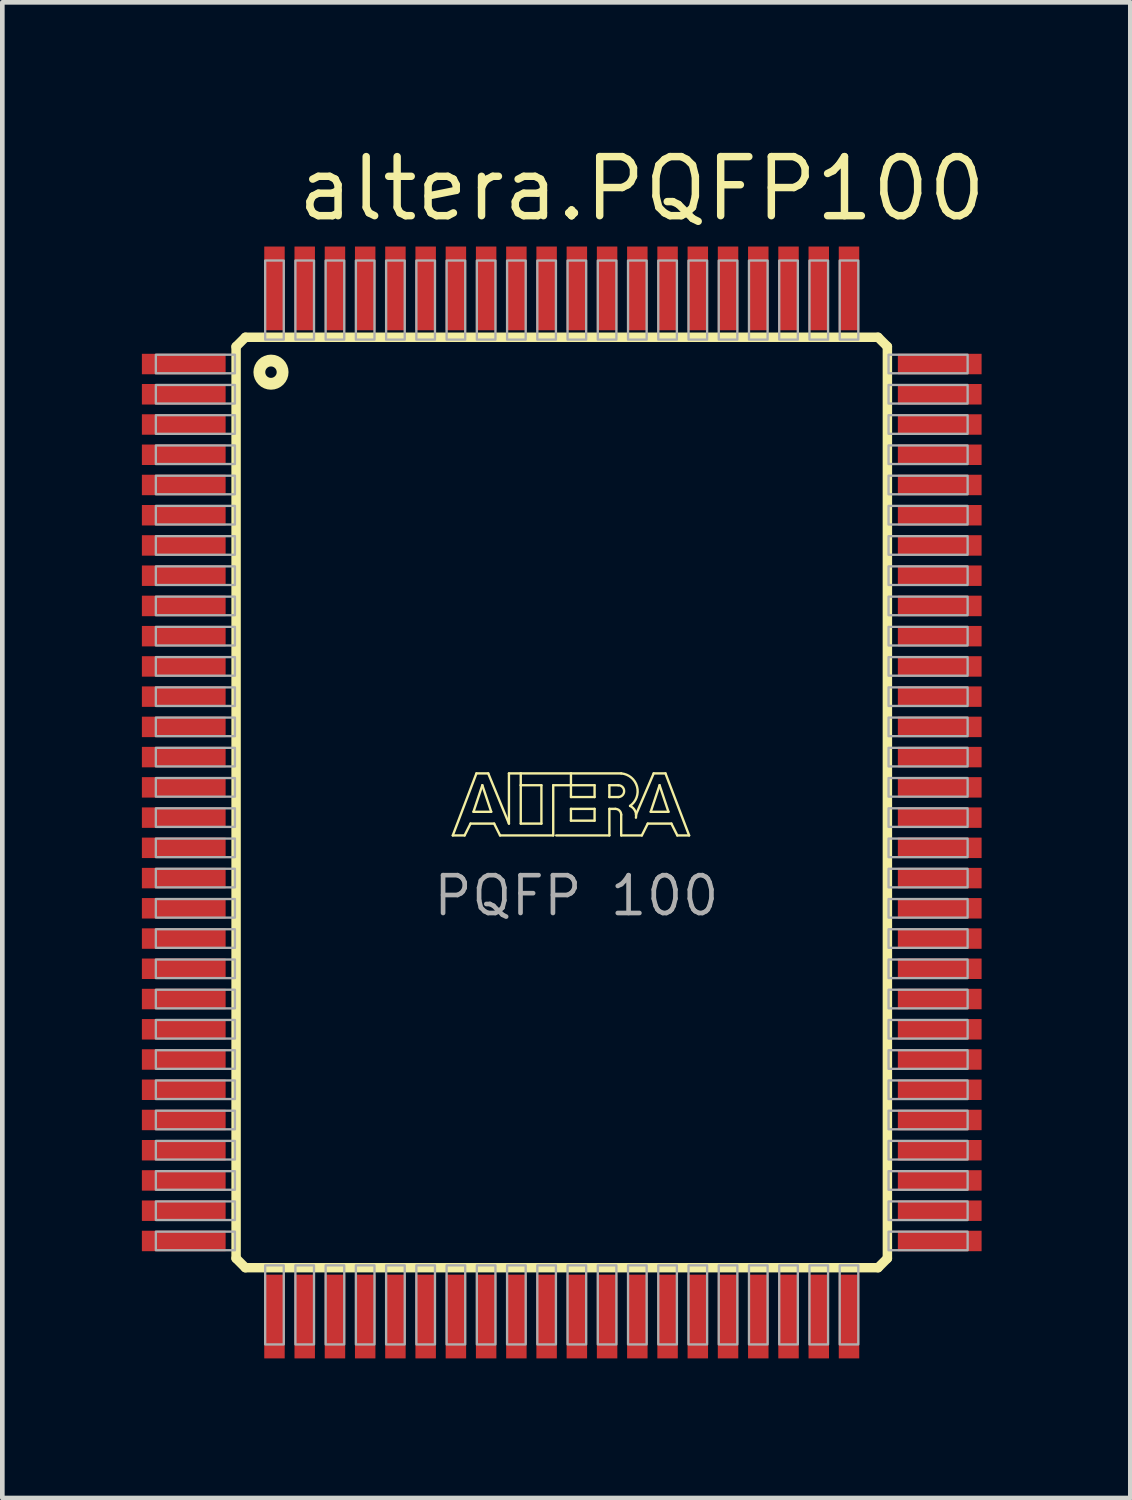
<source format=kicad_pcb>
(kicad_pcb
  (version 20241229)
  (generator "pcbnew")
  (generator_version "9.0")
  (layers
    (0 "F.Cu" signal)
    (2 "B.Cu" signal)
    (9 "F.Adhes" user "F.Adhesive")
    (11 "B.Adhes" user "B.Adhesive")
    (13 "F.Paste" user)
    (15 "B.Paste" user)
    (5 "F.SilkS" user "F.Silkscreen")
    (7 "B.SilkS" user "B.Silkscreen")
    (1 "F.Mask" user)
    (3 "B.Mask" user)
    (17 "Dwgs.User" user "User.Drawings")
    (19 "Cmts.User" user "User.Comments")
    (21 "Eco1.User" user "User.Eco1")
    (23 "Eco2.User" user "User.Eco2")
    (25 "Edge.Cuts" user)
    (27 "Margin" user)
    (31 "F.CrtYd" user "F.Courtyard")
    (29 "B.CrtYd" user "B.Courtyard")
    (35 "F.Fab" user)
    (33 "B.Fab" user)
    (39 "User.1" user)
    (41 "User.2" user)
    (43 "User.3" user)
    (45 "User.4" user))
  (footprint "altera.PQFP100"
    (layer "F.Cu")
    (at 9.025 14.2)
    (property "Reference" "altera.PQFP100" (at -5.76 -12.45 0) (layer "F.SilkS") (effects (font (size 1.27 1.27) (thickness 0.16)) (justify left bottom)))
    (attr smd)
    (fp_line (start -7 -9.8) (end -6.8 -10) (stroke (width 0.203) (type default)) (layer "F.SilkS"))
    (fp_line (start -7 9.8) (end -7 -9.8) (stroke (width 0.203) (type default)) (layer "F.SilkS"))
    (fp_line (start -6.8 -10) (end 6.8 -10) (stroke (width 0.203) (type default)) (layer "F.SilkS"))
    (fp_line (start -6.8 10) (end -7 9.8) (stroke (width 0.203) (type default)) (layer "F.SilkS"))
    (fp_line (start -2.342 0.708) (end -1.834 -0.625) (stroke (width 0.051) (type default)) (layer "F.SilkS"))
    (fp_line (start -2.088 0.708) (end -2.342 0.708) (stroke (width 0.051) (type default)) (layer "F.SilkS"))
    (fp_line (start -1.961 0.454) (end -2.088 0.708) (stroke (width 0.051) (type default)) (layer "F.SilkS"))
    (fp_line (start -1.897 0.2) (end -1.516 0.2) (stroke (width 0.051) (type default)) (layer "F.SilkS"))
    (fp_line (start -1.834 -0.625) (end -1.58 -0.625) (stroke (width 0.051) (type default)) (layer "F.SilkS"))
    (fp_line (start -1.707 -0.371) (end -1.897 0.2) (stroke (width 0.051) (type default)) (layer "F.SilkS"))
    (fp_line (start -1.58 -0.625) (end -1.135 0.454) (stroke (width 0.051) (type default)) (layer "F.SilkS"))
    (fp_line (start -1.516 0.2) (end -1.707 -0.371) (stroke (width 0.051) (type default)) (layer "F.SilkS"))
    (fp_line (start -1.453 0.454) (end -1.961 0.454) (stroke (width 0.051) (type default)) (layer "F.SilkS"))
    (fp_line (start -1.326 0.708) (end -1.453 0.454) (stroke (width 0.051) (type default)) (layer "F.SilkS"))
    (fp_line (start -1.135 -0.625) (end -0.881 -0.625) (stroke (width 0.051) (type default)) (layer "F.SilkS"))
    (fp_line (start -1.135 0.454) (end -1.135 -0.625) (stroke (width 0.051) (type default)) (layer "F.SilkS"))
    (fp_line (start -0.881 -0.625) (end -0.881 -0.371) (stroke (width 0.051) (type default)) (layer "F.SilkS"))
    (fp_line (start -0.881 -0.625) (end 0.198 -0.625) (stroke (width 0.051) (type default)) (layer "F.SilkS"))
    (fp_line (start -0.881 -0.371) (end -0.881 0.454) (stroke (width 0.051) (type default)) (layer "F.SilkS"))
    (fp_line (start -0.881 0.454) (end -0.437 0.454) (stroke (width 0.051) (type default)) (layer "F.SilkS"))
    (fp_line (start -0.437 -0.371) (end -0.881 -0.371) (stroke (width 0.051) (type default)) (layer "F.SilkS"))
    (fp_line (start -0.437 0.454) (end -0.437 -0.371) (stroke (width 0.051) (type default)) (layer "F.SilkS"))
    (fp_line (start -0.183 -0.371) (end -0.183 0.708) (stroke (width 0.051) (type default)) (layer "F.SilkS"))
    (fp_line (start -0.183 0.708) (end -1.326 0.708) (stroke (width 0.051) (type default)) (layer "F.SilkS"))
    (fp_line (start 0.198 -0.625) (end 0.198 -0.371) (stroke (width 0.051) (type default)) (layer "F.SilkS"))
    (fp_line (start 0.198 -0.625) (end 1.278 -0.625) (stroke (width 0.051) (type default)) (layer "F.SilkS"))
    (fp_line (start 0.198 -0.371) (end -0.183 -0.371) (stroke (width 0.051) (type default)) (layer "F.SilkS"))
    (fp_line (start 0.198 -0.371) (end 0.198 -0.117) (stroke (width 0.051) (type default)) (layer "F.SilkS"))
    (fp_line (start 0.198 -0.117) (end 0.706 -0.117) (stroke (width 0.051) (type default)) (layer "F.SilkS"))
    (fp_line (start 0.198 0.137) (end 0.706 0.137) (stroke (width 0.051) (type default)) (layer "F.SilkS"))
    (fp_line (start 0.198 0.391) (end 0.198 0.137) (stroke (width 0.051) (type default)) (layer "F.SilkS"))
    (fp_line (start 0.706 -0.371) (end 0.198 -0.371) (stroke (width 0.051) (type default)) (layer "F.SilkS"))
    (fp_line (start 0.706 -0.117) (end 0.706 -0.371) (stroke (width 0.051) (type default)) (layer "F.SilkS"))
    (fp_line (start 0.706 0.137) (end 0.706 0.391) (stroke (width 0.051) (type default)) (layer "F.SilkS"))
    (fp_line (start 0.706 0.391) (end 0.198 0.391) (stroke (width 0.051) (type default)) (layer "F.SilkS"))
    (fp_line (start 1.024 -0.371) (end 1.024 -0.117) (stroke (width 0.051) (type default)) (layer "F.SilkS"))
    (fp_line (start 1.024 -0.117) (end 1.214 -0.117) (stroke (width 0.051) (type default)) (layer "F.SilkS"))
    (fp_line (start 1.024 0.137) (end 1.024 0.708) (stroke (width 0.051) (type default)) (layer "F.SilkS"))
    (fp_line (start 1.024 0.137) (end 1.151 0.137) (stroke (width 0.051) (type default)) (layer "F.SilkS"))
    (fp_line (start 1.024 0.708) (end -0.119 0.708) (stroke (width 0.051) (type default)) (layer "F.SilkS"))
    (fp_line (start 1.214 -0.371) (end 1.024 -0.371) (stroke (width 0.051) (type default)) (layer "F.SilkS"))
    (fp_line (start 1.278 0.264) (end 1.278 0.708) (stroke (width 0.051) (type default)) (layer "F.SilkS"))
    (fp_line (start 1.278 0.708) (end 1.722 0.708) (stroke (width 0.051) (type default)) (layer "F.SilkS"))
    (fp_line (start 1.722 0.708) (end 1.849 0.454) (stroke (width 0.051) (type default)) (layer "F.SilkS"))
    (fp_line (start 1.849 0.454) (end 2.357 0.454) (stroke (width 0.051) (type default)) (layer "F.SilkS"))
    (fp_line (start 1.913 0.2) (end 2.103 -0.371) (stroke (width 0.051) (type default)) (layer "F.SilkS"))
    (fp_line (start 1.976 -0.625) (end 1.595 0.264) (stroke (width 0.051) (type default)) (layer "F.SilkS"))
    (fp_line (start 2.103 -0.371) (end 2.294 0.2) (stroke (width 0.051) (type default)) (layer "F.SilkS"))
    (fp_line (start 2.23 -0.625) (end 1.976 -0.625) (stroke (width 0.051) (type default)) (layer "F.SilkS"))
    (fp_line (start 2.294 0.2) (end 1.913 0.2) (stroke (width 0.051) (type default)) (layer "F.SilkS"))
    (fp_line (start 2.357 0.454) (end 2.484 0.708) (stroke (width 0.051) (type default)) (layer "F.SilkS"))
    (fp_line (start 2.484 0.708) (end 2.738 0.708) (stroke (width 0.051) (type default)) (layer "F.SilkS"))
    (fp_line (start 2.738 0.708) (end 2.23 -0.625) (stroke (width 0.051) (type default)) (layer "F.SilkS"))
    (fp_line (start 6.8 -10) (end 7 -9.8) (stroke (width 0.203) (type default)) (layer "F.SilkS"))
    (fp_line (start 6.8 10) (end -6.8 10) (stroke (width 0.203) (type default)) (layer "F.SilkS"))
    (fp_line (start 7 -9.8) (end 7 9.8) (stroke (width 0.203) (type default)) (layer "F.SilkS"))
    (fp_line (start 7 9.8) (end 6.8 10) (stroke (width 0.203) (type default)) (layer "F.SilkS"))
    (fp_arc (start 1.151 0.137) (mid 1.240803 0.174197) (end 1.278 0.264) (stroke (width 0.0508) (type default)) (layer "F.SilkS"))
    (fp_arc (start 1.214 -0.371) (mid 1.341 -0.244) (end 1.214 -0.117) (stroke (width 0.0508) (type default)) (layer "F.SilkS"))
    (fp_arc (start 1.278 -0.625) (mid 1.618126 -0.342262) (end 1.4689 0.0741) (stroke (width 0.0508) (type default)) (layer "F.SilkS"))
    (fp_arc (start 1.4681 0.0734) (mid 1.57586 0.178225) (end 1.5945 0.3274) (stroke (width 0.0508) (type default)) (layer "F.SilkS"))
    (fp_circle (center -6.25 -9.25) (end -6 -9.25) (stroke (width 0.254) (type default)) (fill no) (layer "F.SilkS"))
    (fp_rect (start -8.725 -9.225) (end -7.025 -9.625) (stroke (width 0.05) (type default)) (fill no) (layer "F.Fab"))
    (fp_rect (start -8.725 -8.575) (end -7.025 -8.975) (stroke (width 0.05) (type default)) (fill no) (layer "F.Fab"))
    (fp_rect (start -8.725 -7.925) (end -7.025 -8.325) (stroke (width 0.05) (type default)) (fill no) (layer "F.Fab"))
    (fp_rect (start -8.725 -7.275) (end -7.025 -7.675) (stroke (width 0.05) (type default)) (fill no) (layer "F.Fab"))
    (fp_rect (start -8.725 -6.625) (end -7.025 -7.025) (stroke (width 0.05) (type default)) (fill no) (layer "F.Fab"))
    (fp_rect (start -8.725 -5.975) (end -7.025 -6.375) (stroke (width 0.05) (type default)) (fill no) (layer "F.Fab"))
    (fp_rect (start -8.725 -5.325) (end -7.025 -5.725) (stroke (width 0.05) (type default)) (fill no) (layer "F.Fab"))
    (fp_rect (start -8.725 -4.675) (end -7.025 -5.075) (stroke (width 0.05) (type default)) (fill no) (layer "F.Fab"))
    (fp_rect (start -8.725 -4.025) (end -7.025 -4.425) (stroke (width 0.05) (type default)) (fill no) (layer "F.Fab"))
    (fp_rect (start -8.725 -3.375) (end -7.025 -3.775) (stroke (width 0.05) (type default)) (fill no) (layer "F.Fab"))
    (fp_rect (start -8.725 -2.725) (end -7.025 -3.125) (stroke (width 0.05) (type default)) (fill no) (layer "F.Fab"))
    (fp_rect (start -8.725 -2.075) (end -7.025 -2.475) (stroke (width 0.05) (type default)) (fill no) (layer "F.Fab"))
    (fp_rect (start -8.725 -1.425) (end -7.025 -1.825) (stroke (width 0.05) (type default)) (fill no) (layer "F.Fab"))
    (fp_rect (start -8.725 -0.775) (end -7.025 -1.175) (stroke (width 0.05) (type default)) (fill no) (layer "F.Fab"))
    (fp_rect (start -8.725 -0.125) (end -7.025 -0.525) (stroke (width 0.05) (type default)) (fill no) (layer "F.Fab"))
    (fp_rect (start -8.725 0.525) (end -7.025 0.125) (stroke (width 0.05) (type default)) (fill no) (layer "F.Fab"))
    (fp_rect (start -8.725 1.175) (end -7.025 0.775) (stroke (width 0.05) (type default)) (fill no) (layer "F.Fab"))
    (fp_rect (start -8.725 1.825) (end -7.025 1.425) (stroke (width 0.05) (type default)) (fill no) (layer "F.Fab"))
    (fp_rect (start -8.725 2.475) (end -7.025 2.075) (stroke (width 0.05) (type default)) (fill no) (layer "F.Fab"))
    (fp_rect (start -8.725 3.125) (end -7.025 2.725) (stroke (width 0.05) (type default)) (fill no) (layer "F.Fab"))
    (fp_rect (start -8.725 3.775) (end -7.025 3.375) (stroke (width 0.05) (type default)) (fill no) (layer "F.Fab"))
    (fp_rect (start -8.725 4.425) (end -7.025 4.025) (stroke (width 0.05) (type default)) (fill no) (layer "F.Fab"))
    (fp_rect (start -8.725 5.075) (end -7.025 4.675) (stroke (width 0.05) (type default)) (fill no) (layer "F.Fab"))
    (fp_rect (start -8.725 5.725) (end -7.025 5.325) (stroke (width 0.05) (type default)) (fill no) (layer "F.Fab"))
    (fp_rect (start -8.725 6.375) (end -7.025 5.975) (stroke (width 0.05) (type default)) (fill no) (layer "F.Fab"))
    (fp_rect (start -8.725 7.025) (end -7.025 6.625) (stroke (width 0.05) (type default)) (fill no) (layer "F.Fab"))
    (fp_rect (start -8.725 7.675) (end -7.025 7.275) (stroke (width 0.05) (type default)) (fill no) (layer "F.Fab"))
    (fp_rect (start -8.725 8.325) (end -7.025 7.925) (stroke (width 0.05) (type default)) (fill no) (layer "F.Fab"))
    (fp_rect (start -8.725 8.975) (end -7.025 8.575) (stroke (width 0.05) (type default)) (fill no) (layer "F.Fab"))
    (fp_rect (start -8.725 9.625) (end -7.025 9.225) (stroke (width 0.05) (type default)) (fill no) (layer "F.Fab"))
    (fp_rect (start -6.375 -9.95) (end -5.975 -11.65) (stroke (width 0.05) (type default)) (fill no) (layer "F.Fab"))
    (fp_rect (start -6.375 11.65) (end -5.975 9.95) (stroke (width 0.05) (type default)) (fill no) (layer "F.Fab"))
    (fp_rect (start -5.725 -9.95) (end -5.325 -11.65) (stroke (width 0.05) (type default)) (fill no) (layer "F.Fab"))
    (fp_rect (start -5.725 11.65) (end -5.325 9.95) (stroke (width 0.05) (type default)) (fill no) (layer "F.Fab"))
    (fp_rect (start -5.075 -9.95) (end -4.675 -11.65) (stroke (width 0.05) (type default)) (fill no) (layer "F.Fab"))
    (fp_rect (start -5.075 11.65) (end -4.675 9.95) (stroke (width 0.05) (type default)) (fill no) (layer "F.Fab"))
    (fp_rect (start -4.425 -9.95) (end -4.025 -11.65) (stroke (width 0.05) (type default)) (fill no) (layer "F.Fab"))
    (fp_rect (start -4.425 11.65) (end -4.025 9.95) (stroke (width 0.05) (type default)) (fill no) (layer "F.Fab"))
    (fp_rect (start -3.775 -9.95) (end -3.375 -11.65) (stroke (width 0.05) (type default)) (fill no) (layer "F.Fab"))
    (fp_rect (start -3.775 11.65) (end -3.375 9.95) (stroke (width 0.05) (type default)) (fill no) (layer "F.Fab"))
    (fp_rect (start -3.125 -9.95) (end -2.725 -11.65) (stroke (width 0.05) (type default)) (fill no) (layer "F.Fab"))
    (fp_rect (start -3.125 11.65) (end -2.725 9.95) (stroke (width 0.05) (type default)) (fill no) (layer "F.Fab"))
    (fp_rect (start -2.475 -9.95) (end -2.075 -11.65) (stroke (width 0.05) (type default)) (fill no) (layer "F.Fab"))
    (fp_rect (start -2.475 11.65) (end -2.075 9.95) (stroke (width 0.05) (type default)) (fill no) (layer "F.Fab"))
    (fp_rect (start -1.825 -9.95) (end -1.425 -11.65) (stroke (width 0.05) (type default)) (fill no) (layer "F.Fab"))
    (fp_rect (start -1.825 11.65) (end -1.425 9.95) (stroke (width 0.05) (type default)) (fill no) (layer "F.Fab"))
    (fp_rect (start -1.175 -9.95) (end -0.775 -11.65) (stroke (width 0.05) (type default)) (fill no) (layer "F.Fab"))
    (fp_rect (start -1.175 11.65) (end -0.775 9.95) (stroke (width 0.05) (type default)) (fill no) (layer "F.Fab"))
    (fp_rect (start -0.525 -9.95) (end -0.125 -11.65) (stroke (width 0.05) (type default)) (fill no) (layer "F.Fab"))
    (fp_rect (start -0.525 11.65) (end -0.125 9.95) (stroke (width 0.05) (type default)) (fill no) (layer "F.Fab"))
    (fp_rect (start 0.125 -9.95) (end 0.525 -11.65) (stroke (width 0.05) (type default)) (fill no) (layer "F.Fab"))
    (fp_rect (start 0.125 11.65) (end 0.525 9.95) (stroke (width 0.05) (type default)) (fill no) (layer "F.Fab"))
    (fp_rect (start 0.775 -9.95) (end 1.175 -11.65) (stroke (width 0.05) (type default)) (fill no) (layer "F.Fab"))
    (fp_rect (start 0.775 11.65) (end 1.175 9.95) (stroke (width 0.05) (type default)) (fill no) (layer "F.Fab"))
    (fp_rect (start 1.425 -9.95) (end 1.825 -11.65) (stroke (width 0.05) (type default)) (fill no) (layer "F.Fab"))
    (fp_rect (start 1.425 11.65) (end 1.825 9.95) (stroke (width 0.05) (type default)) (fill no) (layer "F.Fab"))
    (fp_rect (start 2.075 -9.95) (end 2.475 -11.65) (stroke (width 0.05) (type default)) (fill no) (layer "F.Fab"))
    (fp_rect (start 2.075 11.65) (end 2.475 9.95) (stroke (width 0.05) (type default)) (fill no) (layer "F.Fab"))
    (fp_rect (start 2.725 -9.95) (end 3.125 -11.65) (stroke (width 0.05) (type default)) (fill no) (layer "F.Fab"))
    (fp_rect (start 2.725 11.65) (end 3.125 9.95) (stroke (width 0.05) (type default)) (fill no) (layer "F.Fab"))
    (fp_rect (start 3.375 -9.95) (end 3.775 -11.65) (stroke (width 0.05) (type default)) (fill no) (layer "F.Fab"))
    (fp_rect (start 3.375 11.65) (end 3.775 9.95) (stroke (width 0.05) (type default)) (fill no) (layer "F.Fab"))
    (fp_rect (start 4.025 -9.95) (end 4.425 -11.65) (stroke (width 0.05) (type default)) (fill no) (layer "F.Fab"))
    (fp_rect (start 4.025 11.65) (end 4.425 9.95) (stroke (width 0.05) (type default)) (fill no) (layer "F.Fab"))
    (fp_rect (start 4.675 -9.95) (end 5.075 -11.65) (stroke (width 0.05) (type default)) (fill no) (layer "F.Fab"))
    (fp_rect (start 4.675 11.65) (end 5.075 9.95) (stroke (width 0.05) (type default)) (fill no) (layer "F.Fab"))
    (fp_rect (start 5.325 -9.95) (end 5.725 -11.65) (stroke (width 0.05) (type default)) (fill no) (layer "F.Fab"))
    (fp_rect (start 5.325 11.65) (end 5.725 9.95) (stroke (width 0.05) (type default)) (fill no) (layer "F.Fab"))
    (fp_rect (start 5.975 -9.95) (end 6.375 -11.65) (stroke (width 0.05) (type default)) (fill no) (layer "F.Fab"))
    (fp_rect (start 5.975 11.65) (end 6.375 9.95) (stroke (width 0.05) (type default)) (fill no) (layer "F.Fab"))
    (fp_rect (start 7.025 -9.225) (end 8.725 -9.625) (stroke (width 0.05) (type default)) (fill no) (layer "F.Fab"))
    (fp_rect (start 7.025 -8.575) (end 8.725 -8.975) (stroke (width 0.05) (type default)) (fill no) (layer "F.Fab"))
    (fp_rect (start 7.025 -7.925) (end 8.725 -8.325) (stroke (width 0.05) (type default)) (fill no) (layer "F.Fab"))
    (fp_rect (start 7.025 -7.275) (end 8.725 -7.675) (stroke (width 0.05) (type default)) (fill no) (layer "F.Fab"))
    (fp_rect (start 7.025 -6.625) (end 8.725 -7.025) (stroke (width 0.05) (type default)) (fill no) (layer "F.Fab"))
    (fp_rect (start 7.025 -5.975) (end 8.725 -6.375) (stroke (width 0.05) (type default)) (fill no) (layer "F.Fab"))
    (fp_rect (start 7.025 -5.325) (end 8.725 -5.725) (stroke (width 0.05) (type default)) (fill no) (layer "F.Fab"))
    (fp_rect (start 7.025 -4.675) (end 8.725 -5.075) (stroke (width 0.05) (type default)) (fill no) (layer "F.Fab"))
    (fp_rect (start 7.025 -4.025) (end 8.725 -4.425) (stroke (width 0.05) (type default)) (fill no) (layer "F.Fab"))
    (fp_rect (start 7.025 -3.375) (end 8.725 -3.775) (stroke (width 0.05) (type default)) (fill no) (layer "F.Fab"))
    (fp_rect (start 7.025 -2.725) (end 8.725 -3.125) (stroke (width 0.05) (type default)) (fill no) (layer "F.Fab"))
    (fp_rect (start 7.025 -2.075) (end 8.725 -2.475) (stroke (width 0.05) (type default)) (fill no) (layer "F.Fab"))
    (fp_rect (start 7.025 -1.425) (end 8.725 -1.825) (stroke (width 0.05) (type default)) (fill no) (layer "F.Fab"))
    (fp_rect (start 7.025 -0.775) (end 8.725 -1.175) (stroke (width 0.05) (type default)) (fill no) (layer "F.Fab"))
    (fp_rect (start 7.025 -0.125) (end 8.725 -0.525) (stroke (width 0.05) (type default)) (fill no) (layer "F.Fab"))
    (fp_rect (start 7.025 0.525) (end 8.725 0.125) (stroke (width 0.05) (type default)) (fill no) (layer "F.Fab"))
    (fp_rect (start 7.025 1.175) (end 8.725 0.775) (stroke (width 0.05) (type default)) (fill no) (layer "F.Fab"))
    (fp_rect (start 7.025 1.825) (end 8.725 1.425) (stroke (width 0.05) (type default)) (fill no) (layer "F.Fab"))
    (fp_rect (start 7.025 2.475) (end 8.725 2.075) (stroke (width 0.05) (type default)) (fill no) (layer "F.Fab"))
    (fp_rect (start 7.025 3.125) (end 8.725 2.725) (stroke (width 0.05) (type default)) (fill no) (layer "F.Fab"))
    (fp_rect (start 7.025 3.775) (end 8.725 3.375) (stroke (width 0.05) (type default)) (fill no) (layer "F.Fab"))
    (fp_rect (start 7.025 4.425) (end 8.725 4.025) (stroke (width 0.05) (type default)) (fill no) (layer "F.Fab"))
    (fp_rect (start 7.025 5.075) (end 8.725 4.675) (stroke (width 0.05) (type default)) (fill no) (layer "F.Fab"))
    (fp_rect (start 7.025 5.725) (end 8.725 5.325) (stroke (width 0.05) (type default)) (fill no) (layer "F.Fab"))
    (fp_rect (start 7.025 6.375) (end 8.725 5.975) (stroke (width 0.05) (type default)) (fill no) (layer "F.Fab"))
    (fp_rect (start 7.025 7.025) (end 8.725 6.625) (stroke (width 0.05) (type default)) (fill no) (layer "F.Fab"))
    (fp_rect (start 7.025 7.675) (end 8.725 7.275) (stroke (width 0.05) (type default)) (fill no) (layer "F.Fab"))
    (fp_rect (start 7.025 8.325) (end 8.725 7.925) (stroke (width 0.05) (type default)) (fill no) (layer "F.Fab"))
    (fp_rect (start 7.025 8.975) (end 8.725 8.575) (stroke (width 0.05) (type default)) (fill no) (layer "F.Fab"))
    (fp_rect (start 7.025 9.625) (end 8.725 9.225) (stroke (width 0.05) (type default)) (fill no) (layer "F.Fab"))
    (fp_text user "PQFP 100" (at -2.81 2.48 0) (layer "F.Fab") (effects (font (size 0.813 0.813) (thickness 0.1)) (justify left bottom)))
    (pad "1" smd roundrect (at -8.125 -9.425) (size 1.8 0.44) (layers "F.Cu" "F.Mask" "F.Paste") (roundrect_rratio 0.01))
    (pad "2" smd roundrect (at -8.125 -8.775) (size 1.8 0.44) (layers "F.Cu" "F.Mask" "F.Paste") (roundrect_rratio 0.01))
    (pad "3" smd roundrect (at -8.125 -8.125) (size 1.8 0.44) (layers "F.Cu" "F.Mask" "F.Paste") (roundrect_rratio 0.01))
    (pad "4" smd roundrect (at -8.125 -7.475) (size 1.8 0.44) (layers "F.Cu" "F.Mask" "F.Paste") (roundrect_rratio 0.01))
    (pad "5" smd roundrect (at -8.125 -6.825) (size 1.8 0.44) (layers "F.Cu" "F.Mask" "F.Paste") (roundrect_rratio 0.01))
    (pad "6" smd roundrect (at -8.125 -6.175) (size 1.8 0.44) (layers "F.Cu" "F.Mask" "F.Paste") (roundrect_rratio 0.01))
    (pad "7" smd roundrect (at -8.125 -5.525) (size 1.8 0.44) (layers "F.Cu" "F.Mask" "F.Paste") (roundrect_rratio 0.01))
    (pad "8" smd roundrect (at -8.125 -4.875) (size 1.8 0.44) (layers "F.Cu" "F.Mask" "F.Paste") (roundrect_rratio 0.01))
    (pad "9" smd roundrect (at -8.125 -4.225) (size 1.8 0.44) (layers "F.Cu" "F.Mask" "F.Paste") (roundrect_rratio 0.01))
    (pad "10" smd roundrect (at -8.125 -3.575) (size 1.8 0.44) (layers "F.Cu" "F.Mask" "F.Paste") (roundrect_rratio 0.01))
    (pad "11" smd roundrect (at -8.125 -2.925) (size 1.8 0.44) (layers "F.Cu" "F.Mask" "F.Paste") (roundrect_rratio 0.01))
    (pad "12" smd roundrect (at -8.125 -2.275) (size 1.8 0.44) (layers "F.Cu" "F.Mask" "F.Paste") (roundrect_rratio 0.01))
    (pad "13" smd roundrect (at -8.125 -1.625) (size 1.8 0.44) (layers "F.Cu" "F.Mask" "F.Paste") (roundrect_rratio 0.01))
    (pad "14" smd roundrect (at -8.125 -0.975) (size 1.8 0.44) (layers "F.Cu" "F.Mask" "F.Paste") (roundrect_rratio 0.01))
    (pad "15" smd roundrect (at -8.125 -0.325) (size 1.8 0.44) (layers "F.Cu" "F.Mask" "F.Paste") (roundrect_rratio 0.01))
    (pad "16" smd roundrect (at -8.125 0.325) (size 1.8 0.44) (layers "F.Cu" "F.Mask" "F.Paste") (roundrect_rratio 0.01))
    (pad "17" smd roundrect (at -8.125 0.975) (size 1.8 0.44) (layers "F.Cu" "F.Mask" "F.Paste") (roundrect_rratio 0.01))
    (pad "18" smd roundrect (at -8.125 1.625) (size 1.8 0.44) (layers "F.Cu" "F.Mask" "F.Paste") (roundrect_rratio 0.01))
    (pad "19" smd roundrect (at -8.125 2.275) (size 1.8 0.44) (layers "F.Cu" "F.Mask" "F.Paste") (roundrect_rratio 0.01))
    (pad "20" smd roundrect (at -8.125 2.925) (size 1.8 0.44) (layers "F.Cu" "F.Mask" "F.Paste") (roundrect_rratio 0.01))
    (pad "21" smd roundrect (at -8.125 3.575) (size 1.8 0.44) (layers "F.Cu" "F.Mask" "F.Paste") (roundrect_rratio 0.01))
    (pad "22" smd roundrect (at -8.125 4.225) (size 1.8 0.44) (layers "F.Cu" "F.Mask" "F.Paste") (roundrect_rratio 0.01))
    (pad "23" smd roundrect (at -8.125 4.875) (size 1.8 0.44) (layers "F.Cu" "F.Mask" "F.Paste") (roundrect_rratio 0.01))
    (pad "24" smd roundrect (at -8.125 5.525) (size 1.8 0.44) (layers "F.Cu" "F.Mask" "F.Paste") (roundrect_rratio 0.01))
    (pad "25" smd roundrect (at -8.125 6.175) (size 1.8 0.44) (layers "F.Cu" "F.Mask" "F.Paste") (roundrect_rratio 0.01))
    (pad "26" smd roundrect (at -8.125 6.825) (size 1.8 0.44) (layers "F.Cu" "F.Mask" "F.Paste") (roundrect_rratio 0.01))
    (pad "27" smd roundrect (at -8.125 7.475) (size 1.8 0.44) (layers "F.Cu" "F.Mask" "F.Paste") (roundrect_rratio 0.01))
    (pad "28" smd roundrect (at -8.125 8.125) (size 1.8 0.44) (layers "F.Cu" "F.Mask" "F.Paste") (roundrect_rratio 0.01))
    (pad "29" smd roundrect (at -8.125 8.775) (size 1.8 0.44) (layers "F.Cu" "F.Mask" "F.Paste") (roundrect_rratio 0.01))
    (pad "30" smd roundrect (at -8.125 9.425) (size 1.8 0.44) (layers "F.Cu" "F.Mask" "F.Paste") (roundrect_rratio 0.01))
    (pad "31" smd roundrect (at -6.175 11.05) (size 0.44 1.8) (layers "F.Cu" "F.Mask" "F.Paste") (roundrect_rratio 0.01))
    (pad "32" smd roundrect (at -5.525 11.05) (size 0.44 1.8) (layers "F.Cu" "F.Mask" "F.Paste") (roundrect_rratio 0.01))
    (pad "33" smd roundrect (at -4.875 11.05) (size 0.44 1.8) (layers "F.Cu" "F.Mask" "F.Paste") (roundrect_rratio 0.01))
    (pad "34" smd roundrect (at -4.225 11.05) (size 0.44 1.8) (layers "F.Cu" "F.Mask" "F.Paste") (roundrect_rratio 0.01))
    (pad "35" smd roundrect (at -3.575 11.05) (size 0.44 1.8) (layers "F.Cu" "F.Mask" "F.Paste") (roundrect_rratio 0.01))
    (pad "36" smd roundrect (at -2.925 11.05) (size 0.44 1.8) (layers "F.Cu" "F.Mask" "F.Paste") (roundrect_rratio 0.01))
    (pad "37" smd roundrect (at -2.275 11.05) (size 0.44 1.8) (layers "F.Cu" "F.Mask" "F.Paste") (roundrect_rratio 0.01))
    (pad "38" smd roundrect (at -1.625 11.05) (size 0.44 1.8) (layers "F.Cu" "F.Mask" "F.Paste") (roundrect_rratio 0.01))
    (pad "39" smd roundrect (at -0.975 11.05) (size 0.44 1.8) (layers "F.Cu" "F.Mask" "F.Paste") (roundrect_rratio 0.01))
    (pad "40" smd roundrect (at -0.325 11.05) (size 0.44 1.8) (layers "F.Cu" "F.Mask" "F.Paste") (roundrect_rratio 0.01))
    (pad "41" smd roundrect (at 0.325 11.05) (size 0.44 1.8) (layers "F.Cu" "F.Mask" "F.Paste") (roundrect_rratio 0.01))
    (pad "42" smd roundrect (at 0.975 11.05) (size 0.44 1.8) (layers "F.Cu" "F.Mask" "F.Paste") (roundrect_rratio 0.01))
    (pad "43" smd roundrect (at 1.625 11.05) (size 0.44 1.8) (layers "F.Cu" "F.Mask" "F.Paste") (roundrect_rratio 0.01))
    (pad "44" smd roundrect (at 2.275 11.05) (size 0.44 1.8) (layers "F.Cu" "F.Mask" "F.Paste") (roundrect_rratio 0.01))
    (pad "45" smd roundrect (at 2.925 11.05) (size 0.44 1.8) (layers "F.Cu" "F.Mask" "F.Paste") (roundrect_rratio 0.01))
    (pad "46" smd roundrect (at 3.575 11.05) (size 0.44 1.8) (layers "F.Cu" "F.Mask" "F.Paste") (roundrect_rratio 0.01))
    (pad "47" smd roundrect (at 4.225 11.05) (size 0.44 1.8) (layers "F.Cu" "F.Mask" "F.Paste") (roundrect_rratio 0.01))
    (pad "48" smd roundrect (at 4.875 11.05) (size 0.44 1.8) (layers "F.Cu" "F.Mask" "F.Paste") (roundrect_rratio 0.01))
    (pad "49" smd roundrect (at 5.525 11.05) (size 0.44 1.8) (layers "F.Cu" "F.Mask" "F.Paste") (roundrect_rratio 0.01))
    (pad "50" smd roundrect (at 6.175 11.05) (size 0.44 1.8) (layers "F.Cu" "F.Mask" "F.Paste") (roundrect_rratio 0.01))
    (pad "51" smd roundrect (at 8.125 9.425) (size 1.8 0.44) (layers "F.Cu" "F.Mask" "F.Paste") (roundrect_rratio 0.01))
    (pad "52" smd roundrect (at 8.125 8.775) (size 1.8 0.44) (layers "F.Cu" "F.Mask" "F.Paste") (roundrect_rratio 0.01))
    (pad "53" smd roundrect (at 8.125 8.125) (size 1.8 0.44) (layers "F.Cu" "F.Mask" "F.Paste") (roundrect_rratio 0.01))
    (pad "54" smd roundrect (at 8.125 7.475) (size 1.8 0.44) (layers "F.Cu" "F.Mask" "F.Paste") (roundrect_rratio 0.01))
    (pad "55" smd roundrect (at 8.125 6.825) (size 1.8 0.44) (layers "F.Cu" "F.Mask" "F.Paste") (roundrect_rratio 0.01))
    (pad "56" smd roundrect (at 8.125 6.175) (size 1.8 0.44) (layers "F.Cu" "F.Mask" "F.Paste") (roundrect_rratio 0.01))
    (pad "57" smd roundrect (at 8.125 5.525) (size 1.8 0.44) (layers "F.Cu" "F.Mask" "F.Paste") (roundrect_rratio 0.01))
    (pad "58" smd roundrect (at 8.125 4.875) (size 1.8 0.44) (layers "F.Cu" "F.Mask" "F.Paste") (roundrect_rratio 0.01))
    (pad "59" smd roundrect (at 8.125 4.225) (size 1.8 0.44) (layers "F.Cu" "F.Mask" "F.Paste") (roundrect_rratio 0.01))
    (pad "60" smd roundrect (at 8.125 3.575) (size 1.8 0.44) (layers "F.Cu" "F.Mask" "F.Paste") (roundrect_rratio 0.01))
    (pad "61" smd roundrect (at 8.125 2.925) (size 1.8 0.44) (layers "F.Cu" "F.Mask" "F.Paste") (roundrect_rratio 0.01))
    (pad "62" smd roundrect (at 8.125 2.275) (size 1.8 0.44) (layers "F.Cu" "F.Mask" "F.Paste") (roundrect_rratio 0.01))
    (pad "63" smd roundrect (at 8.125 1.625) (size 1.8 0.44) (layers "F.Cu" "F.Mask" "F.Paste") (roundrect_rratio 0.01))
    (pad "64" smd roundrect (at 8.125 0.975) (size 1.8 0.44) (layers "F.Cu" "F.Mask" "F.Paste") (roundrect_rratio 0.01))
    (pad "65" smd roundrect (at 8.125 0.325) (size 1.8 0.44) (layers "F.Cu" "F.Mask" "F.Paste") (roundrect_rratio 0.01))
    (pad "66" smd roundrect (at 8.125 -0.325) (size 1.8 0.44) (layers "F.Cu" "F.Mask" "F.Paste") (roundrect_rratio 0.01))
    (pad "67" smd roundrect (at 8.125 -0.975) (size 1.8 0.44) (layers "F.Cu" "F.Mask" "F.Paste") (roundrect_rratio 0.01))
    (pad "68" smd roundrect (at 8.125 -1.625) (size 1.8 0.44) (layers "F.Cu" "F.Mask" "F.Paste") (roundrect_rratio 0.01))
    (pad "69" smd roundrect (at 8.125 -2.275) (size 1.8 0.44) (layers "F.Cu" "F.Mask" "F.Paste") (roundrect_rratio 0.01))
    (pad "70" smd roundrect (at 8.125 -2.925) (size 1.8 0.44) (layers "F.Cu" "F.Mask" "F.Paste") (roundrect_rratio 0.01))
    (pad "71" smd roundrect (at 8.125 -3.575) (size 1.8 0.44) (layers "F.Cu" "F.Mask" "F.Paste") (roundrect_rratio 0.01))
    (pad "72" smd roundrect (at 8.125 -4.225) (size 1.8 0.44) (layers "F.Cu" "F.Mask" "F.Paste") (roundrect_rratio 0.01))
    (pad "73" smd roundrect (at 8.125 -4.875) (size 1.8 0.44) (layers "F.Cu" "F.Mask" "F.Paste") (roundrect_rratio 0.01))
    (pad "74" smd roundrect (at 8.125 -5.525) (size 1.8 0.44) (layers "F.Cu" "F.Mask" "F.Paste") (roundrect_rratio 0.01))
    (pad "75" smd roundrect (at 8.125 -6.175) (size 1.8 0.44) (layers "F.Cu" "F.Mask" "F.Paste") (roundrect_rratio 0.01))
    (pad "76" smd roundrect (at 8.125 -6.825) (size 1.8 0.44) (layers "F.Cu" "F.Mask" "F.Paste") (roundrect_rratio 0.01))
    (pad "77" smd roundrect (at 8.125 -7.475) (size 1.8 0.44) (layers "F.Cu" "F.Mask" "F.Paste") (roundrect_rratio 0.01))
    (pad "78" smd roundrect (at 8.125 -8.125) (size 1.8 0.44) (layers "F.Cu" "F.Mask" "F.Paste") (roundrect_rratio 0.01))
    (pad "79" smd roundrect (at 8.125 -8.775) (size 1.8 0.44) (layers "F.Cu" "F.Mask" "F.Paste") (roundrect_rratio 0.01))
    (pad "80" smd roundrect (at 8.125 -9.425) (size 1.8 0.44) (layers "F.Cu" "F.Mask" "F.Paste") (roundrect_rratio 0.01))
    (pad "81" smd roundrect (at 6.175 -11.05) (size 0.44 1.8) (layers "F.Cu" "F.Mask" "F.Paste") (roundrect_rratio 0.01))
    (pad "82" smd roundrect (at 5.525 -11.05) (size 0.44 1.8) (layers "F.Cu" "F.Mask" "F.Paste") (roundrect_rratio 0.01))
    (pad "83" smd roundrect (at 4.875 -11.05) (size 0.44 1.8) (layers "F.Cu" "F.Mask" "F.Paste") (roundrect_rratio 0.01))
    (pad "84" smd roundrect (at 4.225 -11.05) (size 0.44 1.8) (layers "F.Cu" "F.Mask" "F.Paste") (roundrect_rratio 0.01))
    (pad "85" smd roundrect (at 3.575 -11.05) (size 0.44 1.8) (layers "F.Cu" "F.Mask" "F.Paste") (roundrect_rratio 0.01))
    (pad "86" smd roundrect (at 2.925 -11.05) (size 0.44 1.8) (layers "F.Cu" "F.Mask" "F.Paste") (roundrect_rratio 0.01))
    (pad "87" smd roundrect (at 2.275 -11.05) (size 0.44 1.8) (layers "F.Cu" "F.Mask" "F.Paste") (roundrect_rratio 0.01))
    (pad "88" smd roundrect (at 1.625 -11.05) (size 0.44 1.8) (layers "F.Cu" "F.Mask" "F.Paste") (roundrect_rratio 0.01))
    (pad "89" smd roundrect (at 0.975 -11.05) (size 0.44 1.8) (layers "F.Cu" "F.Mask" "F.Paste") (roundrect_rratio 0.01))
    (pad "90" smd roundrect (at 0.325 -11.05) (size 0.44 1.8) (layers "F.Cu" "F.Mask" "F.Paste") (roundrect_rratio 0.01))
    (pad "91" smd roundrect (at -0.325 -11.05) (size 0.44 1.8) (layers "F.Cu" "F.Mask" "F.Paste") (roundrect_rratio 0.01))
    (pad "92" smd roundrect (at -0.975 -11.05) (size 0.44 1.8) (layers "F.Cu" "F.Mask" "F.Paste") (roundrect_rratio 0.01))
    (pad "93" smd roundrect (at -1.625 -11.05) (size 0.44 1.8) (layers "F.Cu" "F.Mask" "F.Paste") (roundrect_rratio 0.01))
    (pad "94" smd roundrect (at -2.275 -11.05) (size 0.44 1.8) (layers "F.Cu" "F.Mask" "F.Paste") (roundrect_rratio 0.01))
    (pad "95" smd roundrect (at -2.925 -11.05) (size 0.44 1.8) (layers "F.Cu" "F.Mask" "F.Paste") (roundrect_rratio 0.01))
    (pad "96" smd roundrect (at -3.575 -11.05) (size 0.44 1.8) (layers "F.Cu" "F.Mask" "F.Paste") (roundrect_rratio 0.01))
    (pad "97" smd roundrect (at -4.225 -11.05) (size 0.44 1.8) (layers "F.Cu" "F.Mask" "F.Paste") (roundrect_rratio 0.01))
    (pad "98" smd roundrect (at -4.875 -11.05) (size 0.44 1.8) (layers "F.Cu" "F.Mask" "F.Paste") (roundrect_rratio 0.01))
    (pad "99" smd roundrect (at -5.525 -11.05) (size 0.44 1.8) (layers "F.Cu" "F.Mask" "F.Paste") (roundrect_rratio 0.01))
    (pad "100" smd roundrect (at -6.175 -11.05) (size 0.44 1.8) (layers "F.Cu" "F.Mask" "F.Paste") (roundrect_rratio 0.01)))
  (gr_rect
    (start -3 -3)
    (end 21.247 29.15)
    (stroke (width 0.1) (type default))
    (fill no)
    (layer "Edge.Cuts")))
</source>
